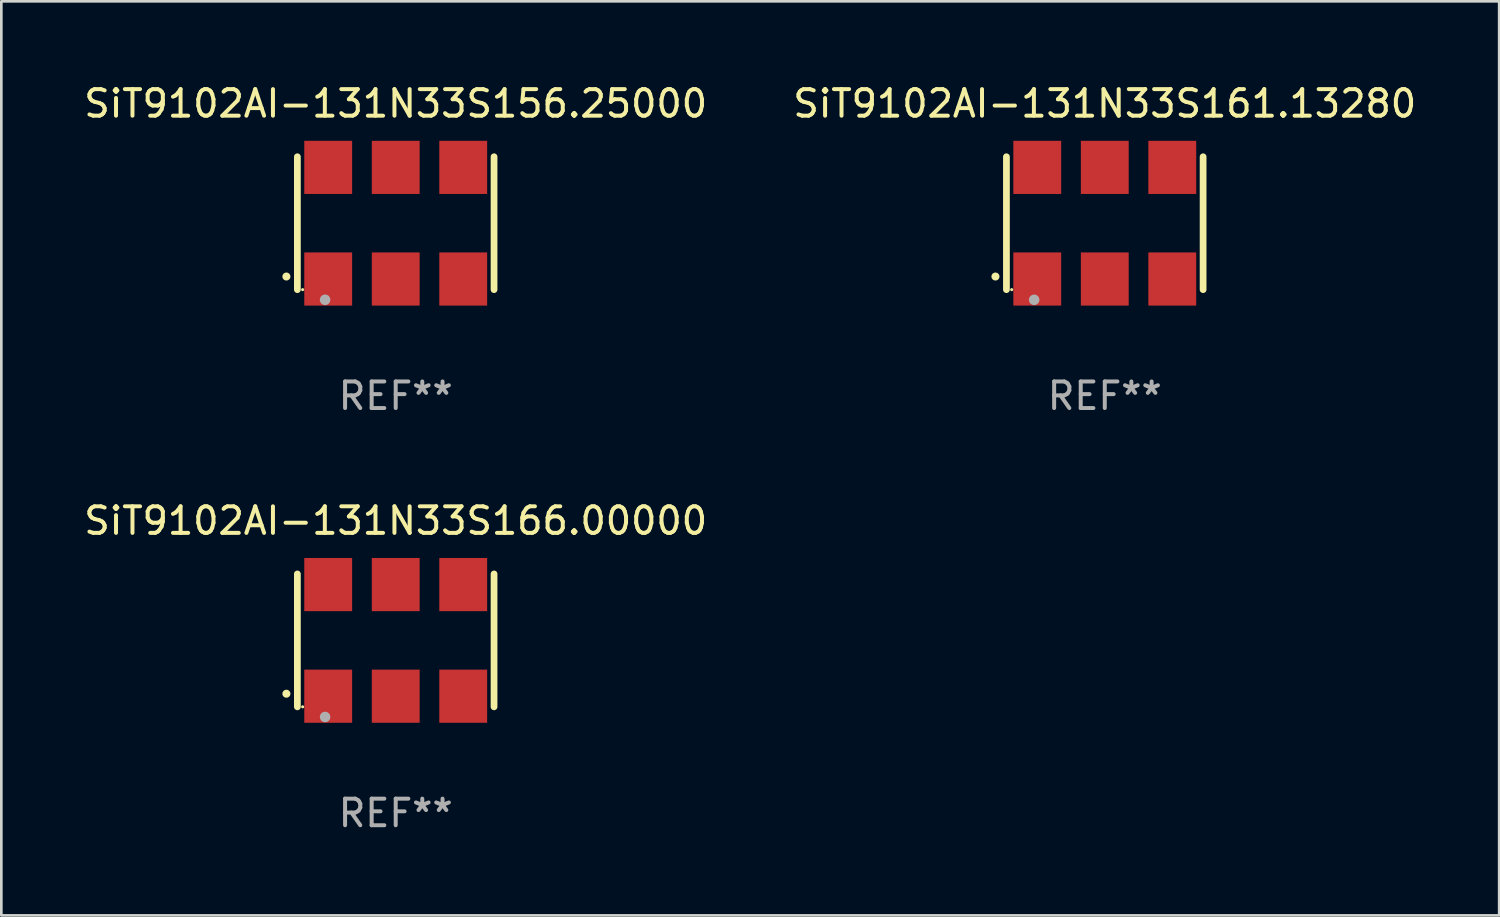
<source format=kicad_pcb>
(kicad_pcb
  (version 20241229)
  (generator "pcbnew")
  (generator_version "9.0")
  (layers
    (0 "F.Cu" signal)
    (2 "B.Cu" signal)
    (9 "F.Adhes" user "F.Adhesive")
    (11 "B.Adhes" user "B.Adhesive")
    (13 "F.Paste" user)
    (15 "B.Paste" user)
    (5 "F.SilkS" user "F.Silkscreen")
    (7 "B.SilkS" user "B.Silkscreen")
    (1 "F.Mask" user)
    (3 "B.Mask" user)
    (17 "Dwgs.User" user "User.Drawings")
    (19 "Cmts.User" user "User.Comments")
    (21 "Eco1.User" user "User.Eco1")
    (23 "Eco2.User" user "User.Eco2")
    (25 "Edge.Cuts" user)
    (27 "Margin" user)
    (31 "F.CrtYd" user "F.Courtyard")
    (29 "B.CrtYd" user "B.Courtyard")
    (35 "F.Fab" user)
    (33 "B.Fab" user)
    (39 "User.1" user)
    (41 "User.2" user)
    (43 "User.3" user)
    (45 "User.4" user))
  (footprint "SiT9102AI-131N33S161.13280"
    (layer "F.Cu")
    (at 38.518 5.348)
    (property "Reference" "SiT9102AI-131N33S161.13280" (at 0 -4.5 0) (layer "F.SilkS") (effects (font (size 1 1) (thickness 0.15))))
    (attr through_hole)
    (fp_line (start -3.7 -2.5) (end -3.7 2.5) (stroke (width 0.254) (type solid)) (layer "F.SilkS"))
    (fp_line (start 3.7 -2.5) (end 3.7 2.5) (stroke (width 0.254) (type solid)) (layer "F.SilkS"))
    (fp_arc (start -4.114415 2.006604) (mid -4.113145 2.006599) (end -4.111875 2.006604) (stroke (width 0.3) (type solid)) (layer "F.SilkS"))
    (fp_circle (center -3.502 2.5) (end -3.472 2.5) (stroke (width 0.06) (type solid)) (fill no) (layer "F.SilkS"))
    (fp_circle (center -2.657 2.882) (end -2.557 2.882) (stroke (width 0.2) (type solid)) (fill no) (layer "F.Fab"))
    (fp_text user "REF**" (at 0 6.5 0) (layer "F.Fab") (effects (font (size 1 1) (thickness 0.15))))
    (pad "1" smd rect (at -2.54 2.1) (size 1.8 2) (layers "F.Cu" "F.Mask" "F.Paste"))
    (pad "2" smd rect (at 0.000394 2.1) (size 1.8 2) (layers "F.Cu" "F.Mask" "F.Paste"))
    (pad "3" smd rect (at 2.54 2.1) (size 1.8 2) (layers "F.Cu" "F.Mask" "F.Paste"))
    (pad "4" smd rect (at 2.54 -2.1) (size 1.8 2) (layers "F.Cu" "F.Mask" "F.Paste"))
    (pad "5" smd rect (at 0.000394 -2.1) (size 1.8 2) (layers "F.Cu" "F.Mask" "F.Paste"))
    (pad "6" smd rect (at -2.54 -2.1) (size 1.8 2) (layers "F.Cu" "F.Mask" "F.Paste")))
  (footprint "SiT9102AI-131N33S166.00000"
    (layer "F.Cu")
    (at 11.839 21.045)
    (property "Reference" "SiT9102AI-131N33S166.00000" (at 0 -4.5 0) (layer "F.SilkS") (effects (font (size 1 1) (thickness 0.15))))
    (attr through_hole)
    (fp_line (start -3.7 -2.5) (end -3.7 2.5) (stroke (width 0.254) (type solid)) (layer "F.SilkS"))
    (fp_line (start 3.7 -2.5) (end 3.7 2.5) (stroke (width 0.254) (type solid)) (layer "F.SilkS"))
    (fp_arc (start -4.114415 2.006604) (mid -4.113145 2.006599) (end -4.111875 2.006604) (stroke (width 0.3) (type solid)) (layer "F.SilkS"))
    (fp_circle (center -3.502 2.5) (end -3.472 2.5) (stroke (width 0.06) (type solid)) (fill no) (layer "F.SilkS"))
    (fp_circle (center -2.657 2.882) (end -2.557 2.882) (stroke (width 0.2) (type solid)) (fill no) (layer "F.Fab"))
    (fp_text user "REF**" (at 0 6.5 0) (layer "F.Fab") (effects (font (size 1 1) (thickness 0.15))))
    (pad "1" smd rect (at -2.54 2.1) (size 1.8 2) (layers "F.Cu" "F.Mask" "F.Paste"))
    (pad "2" smd rect (at 0.000394 2.1) (size 1.8 2) (layers "F.Cu" "F.Mask" "F.Paste"))
    (pad "3" smd rect (at 2.54 2.1) (size 1.8 2) (layers "F.Cu" "F.Mask" "F.Paste"))
    (pad "4" smd rect (at 2.54 -2.1) (size 1.8 2) (layers "F.Cu" "F.Mask" "F.Paste"))
    (pad "5" smd rect (at 0.000394 -2.1) (size 1.8 2) (layers "F.Cu" "F.Mask" "F.Paste"))
    (pad "6" smd rect (at -2.54 -2.1) (size 1.8 2) (layers "F.Cu" "F.Mask" "F.Paste")))
  (footprint "SiT9102AI-131N33S156.25000"
    (layer "F.Cu")
    (at 11.839 5.348)
    (property "Reference" "SiT9102AI-131N33S156.25000" (at 0 -4.5 0) (layer "F.SilkS") (effects (font (size 1 1) (thickness 0.15))))
    (attr through_hole)
    (fp_line (start -3.7 -2.5) (end -3.7 2.5) (stroke (width 0.254) (type solid)) (layer "F.SilkS"))
    (fp_line (start 3.7 -2.5) (end 3.7 2.5) (stroke (width 0.254) (type solid)) (layer "F.SilkS"))
    (fp_arc (start -4.114415 2.006604) (mid -4.113145 2.006599) (end -4.111875 2.006604) (stroke (width 0.3) (type solid)) (layer "F.SilkS"))
    (fp_circle (center -3.502 2.5) (end -3.472 2.5) (stroke (width 0.06) (type solid)) (fill no) (layer "F.SilkS"))
    (fp_circle (center -2.657 2.882) (end -2.557 2.882) (stroke (width 0.2) (type solid)) (fill no) (layer "F.Fab"))
    (fp_text user "REF**" (at 0 6.5 0) (layer "F.Fab") (effects (font (size 1 1) (thickness 0.15))))
    (pad "1" smd rect (at -2.54 2.1) (size 1.8 2) (layers "F.Cu" "F.Mask" "F.Paste"))
    (pad "2" smd rect (at 0.000394 2.1) (size 1.8 2) (layers "F.Cu" "F.Mask" "F.Paste"))
    (pad "3" smd rect (at 2.54 2.1) (size 1.8 2) (layers "F.Cu" "F.Mask" "F.Paste"))
    (pad "4" smd rect (at 2.54 -2.1) (size 1.8 2) (layers "F.Cu" "F.Mask" "F.Paste"))
    (pad "5" smd rect (at 0.000394 -2.1) (size 1.8 2) (layers "F.Cu" "F.Mask" "F.Paste"))
    (pad "6" smd rect (at -2.54 -2.1) (size 1.8 2) (layers "F.Cu" "F.Mask" "F.Paste")))
  (gr_rect
    (start -3 -3)
    (end 53.357 31.393)
    (stroke (width 0.1) (type default))
    (fill no)
    (layer "Edge.Cuts")))
</source>
